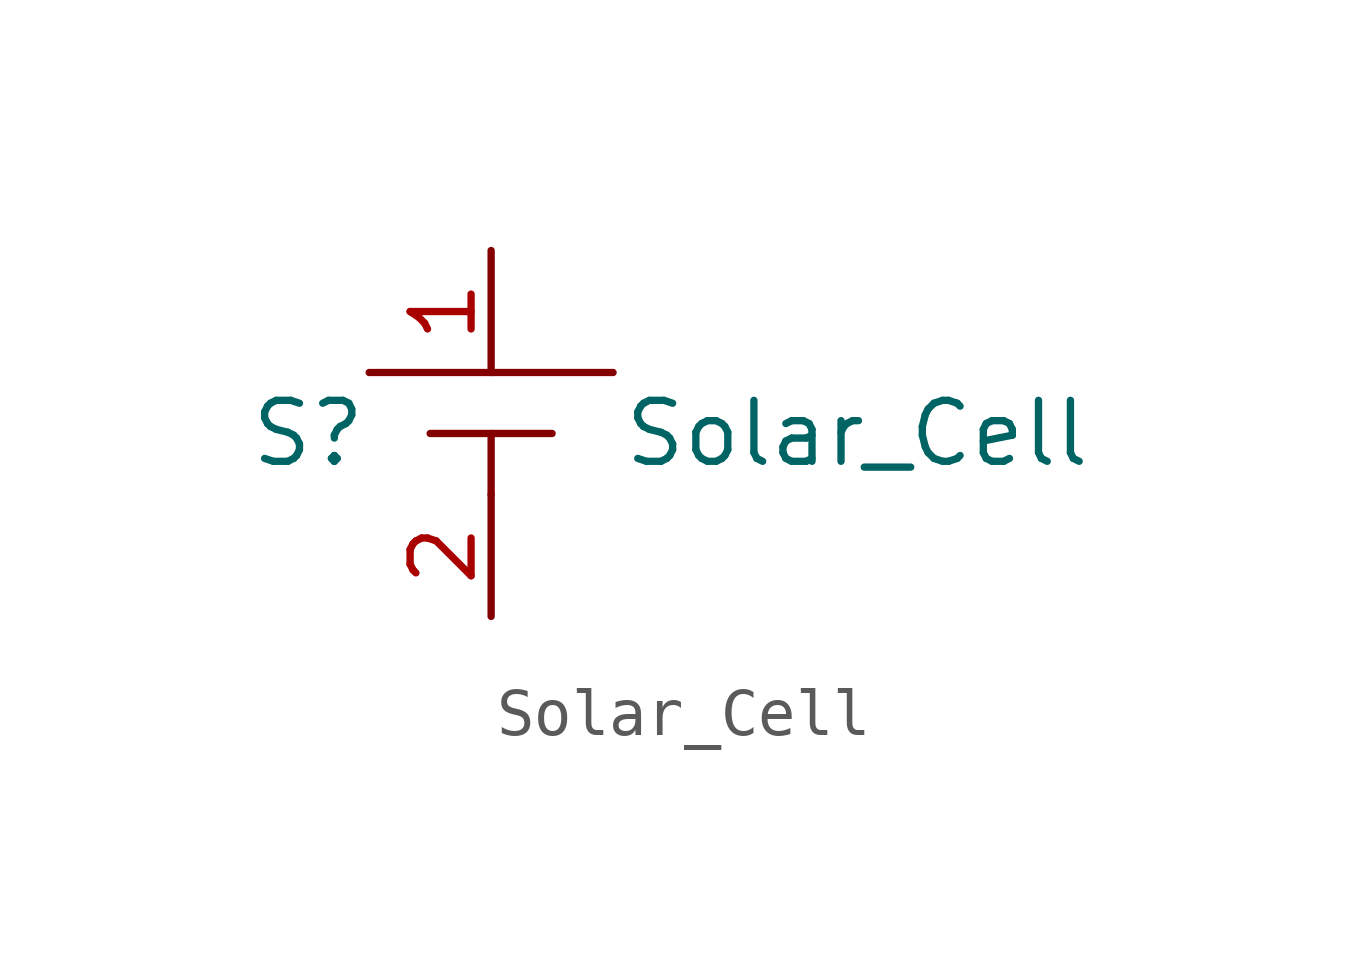
<source format=kicad_sym>
(kicad_symbol_lib
  (version 20211014)
  (generator kicad_symbol_editor)
  (symbol "Solar_Cell"
    (property "Reference" "S"
      (at -3.81 0 0)
      (effects (font (size 1.27 1.27))))
    (property "Value" "Solar_Cell"
      (at 7.62 0 0)
      (effects (font (size 1.27 1.27))))
    (symbol "Solar_Cell_0_1"
      (polyline (pts (xy -2.54 1.27) (xy 2.54 1.27)) (stroke (width 0) (type default) (color 0 0 0 0)) (fill (type none)))
      (polyline (pts (xy -1.27 0) (xy 1.27 0)) (stroke (width 0) (type default) (color 0 0 0 0)) (fill (type none)))
      (polyline (pts (xy 0 0) (xy 0 -1.27)) (stroke (width 0) (type default) (color 0 0 0 0)) (fill (type none))))
    (symbol "Solar_Cell_1_1"
      (pin power_out line (at 0 3.81 270) (length 2.54) (name "" (effects (font (size 1.27 1.27)))) (number "1" (effects (font (size 1.27 1.27)))))
      (pin power_out line (at 0 -3.81 90) (length 2.54) (name "" (effects (font (size 1.27 1.27)))) (number "2" (effects (font (size 1.27 1.27))))))))
</source>
